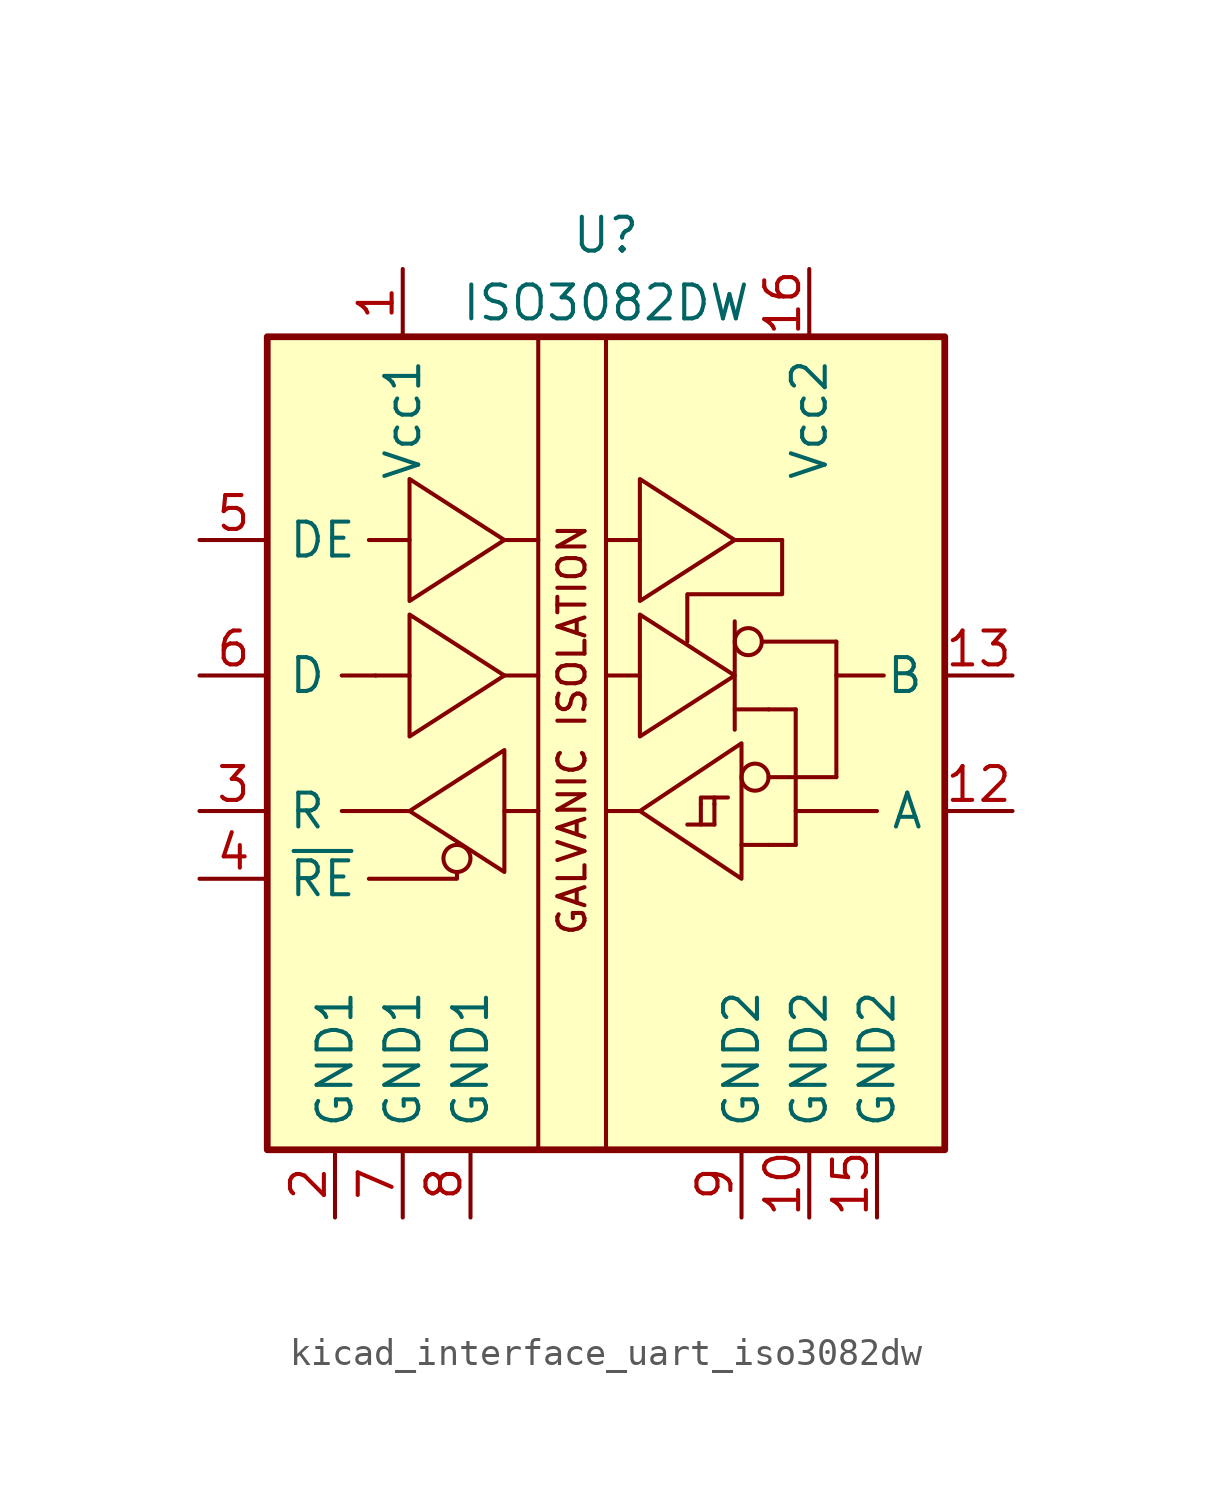
<source format=kicad_sym>
(kicad_symbol_lib
  (version 20220914)
  (generator kicad_symbol_editor)
  (symbol "kicad_interface_uart_iso3082dw"
    (pin_names
      (offset 0.762))
    (property "Reference" "U"
      (at 0 19.05 0)
      (effects (font (size 1.27 1.27))))
    (property "Value" "ISO3082DW"
      (at 0 16.51 0)
      (effects (font (size 1.27 1.27))))
    (symbol "kicad_interface_uart_iso3082dw_0_0"
      (rectangle (start -12.7 15.24) (end 12.7 -15.24) (stroke (width 0.254) (type default)) (fill (type background)))
      (polyline (pts (xy -8.636 2.54) (xy -9.906 2.54)) (stroke (width 0) (type default)) (fill (type none)))
      (polyline (pts (xy -7.62 7.62) (xy -8.89 7.62)) (stroke (width 0) (type default)) (fill (type none)))
      (polyline (pts (xy -7.366 7.62) (xy -7.62 7.62)) (stroke (width 0) (type default)) (fill (type none)))
      (polyline (pts (xy -2.54 15.24) (xy -2.54 -15.24)) (stroke (width 0) (type default)) (fill (type none)))
      (polyline (pts (xy 0 15.24) (xy 0 -15.24)) (stroke (width 0) (type default)) (fill (type none)))
      (polyline (pts (xy -7.366 4.826) (xy -7.366 0.254) (xy -3.81 2.54) (xy -7.366 4.826)) (stroke (width 0) (type default)) (fill (type none)))
      (polyline (pts (xy -7.366 9.906) (xy -7.366 5.334) (xy -3.81 7.62) (xy -7.366 9.906)) (stroke (width 0) (type default)) (fill (type none)))
      (polyline (pts (xy -3.81 -0.254) (xy -3.81 -4.826) (xy -7.366 -2.54) (xy -3.81 -0.254)) (stroke (width 0) (type default)) (fill (type none)))
      (polyline (pts (xy 1.27 9.906) (xy 1.27 5.334) (xy 4.826 7.62) (xy 1.27 9.906)) (stroke (width 0) (type default)) (fill (type none)))
      (text "GALVANIC ISOLATION" (at -1.27 0.508 900) (effects (font (size 1.016 1.016)))))
    (symbol "kicad_interface_uart_iso3082dw_0_1"
      (circle (center -5.588 -4.318) (radius 0.508) (stroke (width 0) (type default)) (fill (type none)))
      (polyline (pts (xy -7.366 -2.54) (xy -9.906 -2.54)) (stroke (width 0) (type default)) (fill (type none)))
      (polyline (pts (xy -7.366 2.54) (xy -8.636 2.54)) (stroke (width 0) (type default)) (fill (type none)))
      (polyline (pts (xy -3.81 -2.54) (xy -2.54 -2.54)) (stroke (width 0) (type default)) (fill (type none)))
      (polyline (pts (xy -3.81 2.54) (xy -2.54 2.54)) (stroke (width 0) (type default)) (fill (type none)))
      (polyline (pts (xy -3.81 7.62) (xy -2.54 7.62)) (stroke (width 0) (type default)) (fill (type none)))
      (polyline (pts (xy 0 -2.54) (xy 1.27 -2.54)) (stroke (width 0) (type default)) (fill (type none)))
      (polyline (pts (xy 0 2.54) (xy 1.27 2.54)) (stroke (width 0) (type default)) (fill (type none)))
      (polyline (pts (xy 0 7.62) (xy 1.27 7.62)) (stroke (width 0) (type default)) (fill (type none)))
      (polyline (pts (xy 3.556 -2.286) (xy 3.556 -3.048)) (stroke (width 0) (type default)) (fill (type none)))
      (polyline (pts (xy 4.064 -3.048) (xy 3.048 -3.048)) (stroke (width 0) (type default)) (fill (type none)))
      (polyline (pts (xy 4.064 -2.286) (xy 4.064 -3.048)) (stroke (width 0) (type default)) (fill (type none)))
      (polyline (pts (xy 4.064 -2.286) (xy 4.064 -2.032)) (stroke (width 0) (type default)) (fill (type none)))
      (polyline (pts (xy 4.826 1.27) (xy 6.096 1.27)) (stroke (width 0) (type default)) (fill (type none)))
      (polyline (pts (xy 4.826 4.572) (xy 4.826 0.508)) (stroke (width 0) (type default)) (fill (type none)))
      (polyline (pts (xy 4.826 7.62) (xy 6.604 7.62)) (stroke (width 0) (type default)) (fill (type none)))
      (polyline (pts (xy 5.08 -3.81) (xy 6.096 -3.81)) (stroke (width 0) (type default)) (fill (type none)))
      (polyline (pts (xy 5.842 3.81) (xy 8.636 3.81)) (stroke (width 0) (type default)) (fill (type none)))
      (polyline (pts (xy 6.096 -1.27) (xy 8.636 -1.27)) (stroke (width 0) (type default)) (fill (type none)))
      (polyline (pts (xy 6.096 1.27) (xy 7.112 1.27)) (stroke (width 0) (type default)) (fill (type none)))
      (polyline (pts (xy 7.112 -3.81) (xy 6.096 -3.81)) (stroke (width 0) (type default)) (fill (type none)))
      (polyline (pts (xy 7.112 1.27) (xy 7.112 -3.81)) (stroke (width 0) (type default)) (fill (type none)))
      (polyline (pts (xy 8.636 -1.27) (xy 8.636 3.81)) (stroke (width 0) (type default)) (fill (type none)))
      (polyline (pts (xy 8.636 2.54) (xy 10.414 2.54)) (stroke (width 0) (type default)) (fill (type none)))
      (polyline (pts (xy -8.89 -5.08) (xy -5.588 -5.08) (xy -5.588 -4.826)) (stroke (width 0) (type default)) (fill (type none)))
      (polyline (pts (xy 3.556 -2.286) (xy 3.556 -2.032) (xy 4.572 -2.032)) (stroke (width 0) (type default)) (fill (type none)))
      (polyline (pts (xy 10.16 -2.54) (xy 8.89 -2.54) (xy 7.112 -2.54)) (stroke (width 0) (type default)) (fill (type none)))
      (polyline (pts (xy 1.27 -2.54) (xy 5.08 0) (xy 5.08 -5.08) (xy 1.27 -2.54)) (stroke (width 0) (type default)) (fill (type none)))
      (polyline (pts (xy 6.604 7.62) (xy 6.604 5.588) (xy 3.048 5.588) (xy 3.048 3.81)) (stroke (width 0) (type default)) (fill (type none)))
      (circle (center 5.334 3.81) (radius 0.508) (stroke (width 0) (type default)) (fill (type none)))
      (circle (center 5.588 -1.27) (radius 0.508) (stroke (width 0) (type default)) (fill (type none))))
    (symbol "kicad_interface_uart_iso3082dw_1_0"
      (polyline (pts (xy 1.27 4.826) (xy 1.27 0.254) (xy 4.826 2.54) (xy 1.27 4.826)) (stroke (width 0) (type default)) (fill (type none))))
    (symbol "kicad_interface_uart_iso3082dw_1_1"
      (pin power_in line (at -7.62 17.78 270) (length 2.54) (name "Vcc1" (effects (font (size 1.27 1.27)))) (number "1" (effects (font (size 1.27 1.27)))))
      (pin power_in line (at 7.62 -17.78 90) (length 2.54) (name "GND2" (effects (font (size 1.27 1.27)))) (number "10" (effects (font (size 1.27 1.27)))))
      (pin no_connect line (at 12.7 10.16 180) (length 2.54) hide (name "NC" (effects (font (size 1.27 1.27)))) (number "11" (effects (font (size 1.27 1.27)))))
      (pin bidirectional line (at 15.24 -2.54 180) (length 2.54) (name "A" (effects (font (size 1.27 1.27)))) (number "12" (effects (font (size 1.27 1.27)))))
      (pin bidirectional line (at 15.24 2.54 180) (length 2.54) (name "B" (effects (font (size 1.27 1.27)))) (number "13" (effects (font (size 1.27 1.27)))))
      (pin no_connect line (at 12.7 7.62 180) (length 2.54) hide (name "NC" (effects (font (size 1.27 1.27)))) (number "14" (effects (font (size 1.27 1.27)))))
      (pin power_in line (at 10.16 -17.78 90) (length 2.54) (name "GND2" (effects (font (size 1.27 1.27)))) (number "15" (effects (font (size 1.27 1.27)))))
      (pin power_in line (at 7.62 17.78 270) (length 2.54) (name "Vcc2" (effects (font (size 1.27 1.27)))) (number "16" (effects (font (size 1.27 1.27)))))
      (pin power_in line (at -10.16 -17.78 90) (length 2.54) (name "GND1" (effects (font (size 1.27 1.27)))) (number "2" (effects (font (size 1.27 1.27)))))
      (pin output line (at -15.24 -2.54 0) (length 2.54) (name "R" (effects (font (size 1.27 1.27)))) (number "3" (effects (font (size 1.27 1.27)))))
      (pin input line (at -15.24 -5.08 0) (length 2.54) (name "~{RE}" (effects (font (size 1.27 1.27)))) (number "4" (effects (font (size 1.27 1.27)))))
      (pin input line (at -15.24 7.62 0) (length 2.54) (name "DE" (effects (font (size 1.27 1.27)))) (number "5" (effects (font (size 1.27 1.27)))))
      (pin input line (at -15.24 2.54 0) (length 2.54) (name "D" (effects (font (size 1.27 1.27)))) (number "6" (effects (font (size 1.27 1.27)))))
      (pin power_in line (at -7.62 -17.78 90) (length 2.54) (name "GND1" (effects (font (size 1.27 1.27)))) (number "7" (effects (font (size 1.27 1.27)))))
      (pin power_in line (at -5.08 -17.78 90) (length 2.54) (name "GND1" (effects (font (size 1.27 1.27)))) (number "8" (effects (font (size 1.27 1.27)))))
      (pin power_in line (at 5.08 -17.78 90) (length 2.54) (name "GND2" (effects (font (size 1.27 1.27)))) (number "9" (effects (font (size 1.27 1.27))))))))
</source>
